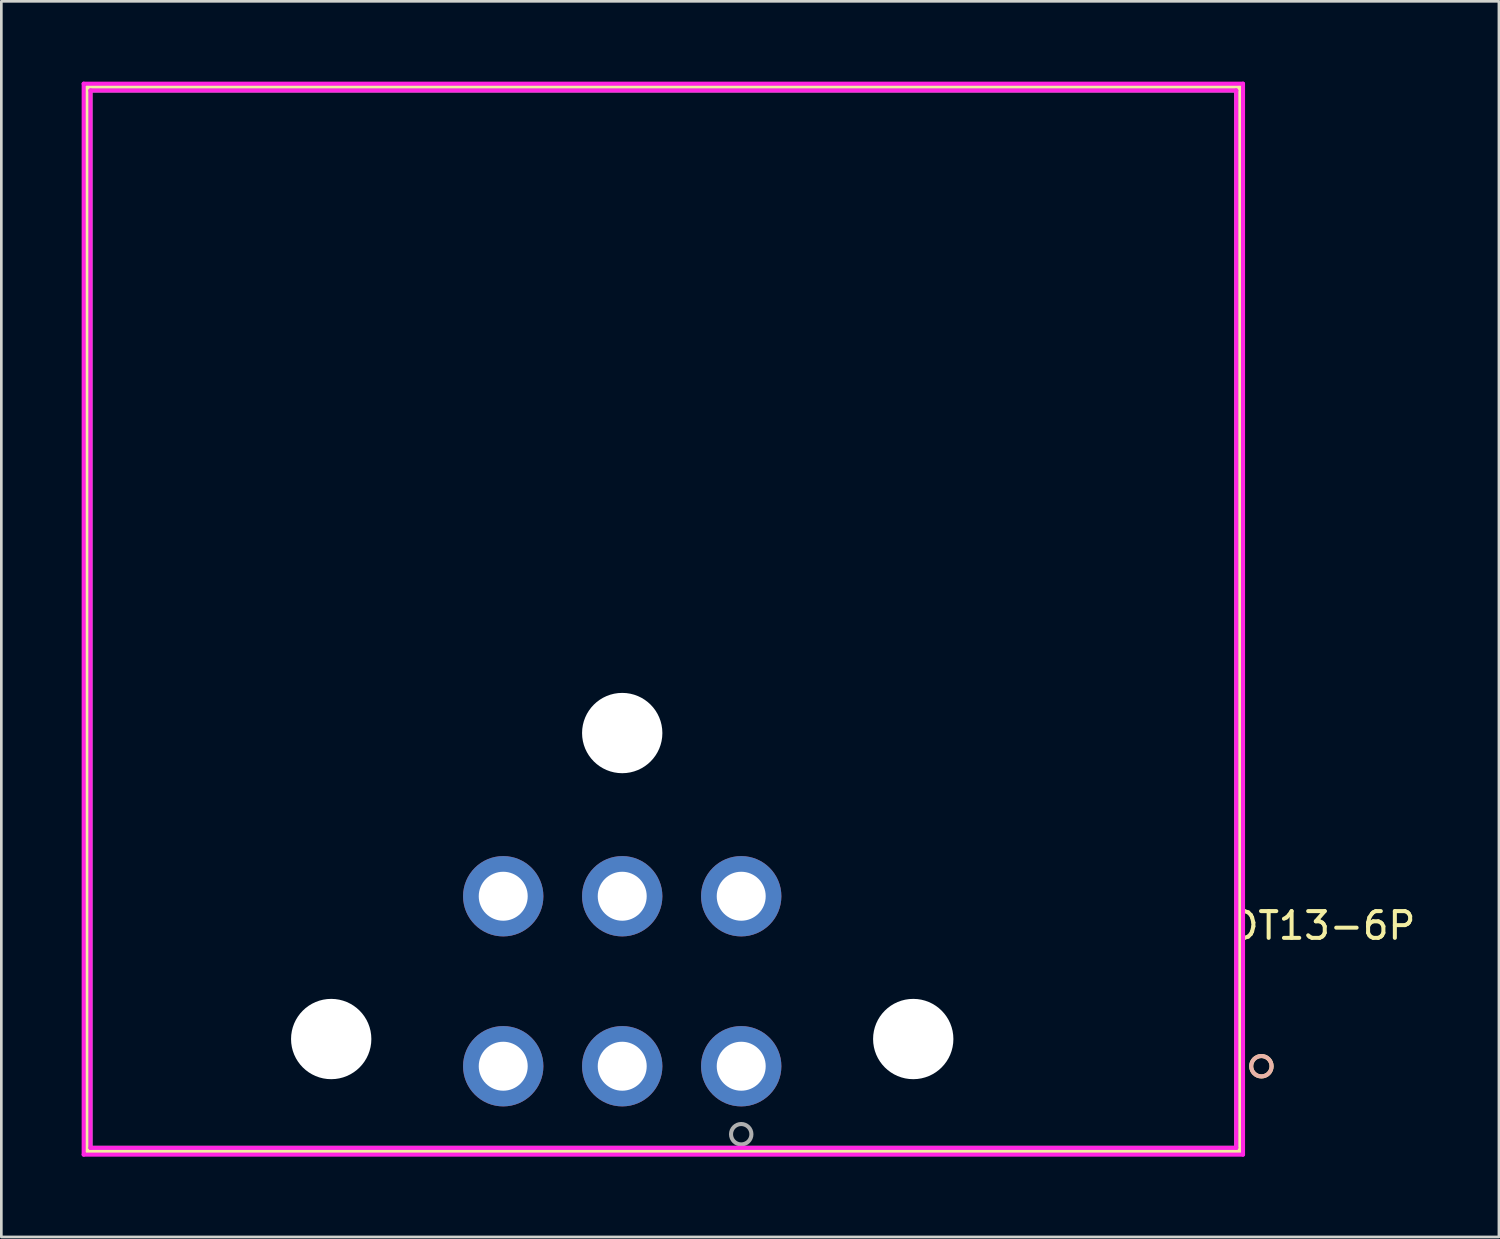
<source format=kicad_pcb>
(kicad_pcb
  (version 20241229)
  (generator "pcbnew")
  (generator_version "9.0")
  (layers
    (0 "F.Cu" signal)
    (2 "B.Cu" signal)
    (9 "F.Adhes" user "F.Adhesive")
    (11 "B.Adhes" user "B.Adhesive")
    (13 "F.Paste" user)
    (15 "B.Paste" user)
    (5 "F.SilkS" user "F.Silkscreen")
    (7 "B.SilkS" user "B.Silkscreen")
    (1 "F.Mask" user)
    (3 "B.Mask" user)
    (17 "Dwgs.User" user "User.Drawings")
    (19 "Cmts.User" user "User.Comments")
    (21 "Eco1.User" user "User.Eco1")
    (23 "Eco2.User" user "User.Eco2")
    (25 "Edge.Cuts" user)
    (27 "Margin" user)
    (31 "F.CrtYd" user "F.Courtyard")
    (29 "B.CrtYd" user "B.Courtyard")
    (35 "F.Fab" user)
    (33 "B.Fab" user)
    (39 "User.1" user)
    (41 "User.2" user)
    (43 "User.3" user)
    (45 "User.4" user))
  (footprint "DT13-6P"
    (layer "F.Cu")
    (at 24.638 36.779)
    (property "Reference" "DT13-6P" (at 21.75 -5.25 0) (layer "F.SilkS") (effects (font (size 1 1) (thickness 0.15))))
    (attr through_hole)
    (fp_line (start -24.435 -36.576) (end -24.435 3.175) (stroke (width 0.152) (type solid)) (layer "F.SilkS"))
    (fp_line (start -24.435 3.175) (end 18.618 3.175) (stroke (width 0.152) (type solid)) (layer "F.SilkS"))
    (fp_line (start 18.618 -36.576) (end -24.435 -36.576) (stroke (width 0.152) (type solid)) (layer "F.SilkS"))
    (fp_line (start 18.618 3.175) (end 18.618 -36.576) (stroke (width 0.152) (type solid)) (layer "F.SilkS"))
    (fp_circle (center 19.431 0) (end 19.812 0) (stroke (width 0.152) (type solid)) (fill no) (layer "F.SilkS"))
    (fp_circle (center 19.431 0) (end 19.812 0) (stroke (width 0.152) (type solid)) (fill no) (layer "B.SilkS"))
    (fp_line (start -24.562 -36.703) (end -24.562 3.302) (stroke (width 0.152) (type solid)) (layer "F.CrtYd"))
    (fp_line (start -24.562 3.302) (end 18.745 3.302) (stroke (width 0.152) (type solid)) (layer "F.CrtYd"))
    (fp_line (start -24.308 -36.449) (end -24.308 3.048) (stroke (width 0.152) (type solid)) (layer "F.CrtYd"))
    (fp_line (start -24.308 3.048) (end 18.491 3.048) (stroke (width 0.152) (type solid)) (layer "F.CrtYd"))
    (fp_line (start 18.491 -36.449) (end -24.308 -36.449) (stroke (width 0.152) (type solid)) (layer "F.CrtYd"))
    (fp_line (start 18.491 3.048) (end 18.491 -36.449) (stroke (width 0.152) (type solid)) (layer "F.CrtYd"))
    (fp_line (start 18.745 -36.703) (end -24.562 -36.703) (stroke (width 0.152) (type solid)) (layer "F.CrtYd"))
    (fp_line (start 18.745 3.302) (end 18.745 -36.703) (stroke (width 0.152) (type solid)) (layer "F.CrtYd"))
    (fp_line (start -24.308 -36.449) (end -24.308 3.048) (stroke (width 0.152) (type solid)) (layer "F.Fab"))
    (fp_line (start -24.308 3.048) (end 18.491 3.048) (stroke (width 0.152) (type solid)) (layer "F.Fab"))
    (fp_line (start 18.491 -36.449) (end -24.308 -36.449) (stroke (width 0.152) (type solid)) (layer "F.Fab"))
    (fp_line (start 18.491 3.048) (end 18.491 -36.449) (stroke (width 0.152) (type solid)) (layer "F.Fab"))
    (fp_circle (center 0 2.54) (end 0.381 2.54) (stroke (width 0.152) (type solid)) (fill no) (layer "F.Fab"))
    (fp_text user "*" (at 0 0 0) (layer "F.Fab") (effects (font (size 1 1) (thickness 0.15))))
    (pad "" np_thru_hole circle (at -15.316 -1.016) (size 3 3) (drill 3) (layers "*.Cu" "*.Mask"))
    (pad "" np_thru_hole circle (at -4.445 -12.446) (size 3 3) (drill 3) (layers "*.Cu" "*.Mask"))
    (pad "" np_thru_hole circle (at 6.426 -1.016) (size 3 3) (drill 3) (layers "*.Cu" "*.Mask"))
    (pad "1" thru_hole circle (at 0 0) (size 3 3) (drill 1.829) (layers "*.Cu" "*.Mask"))
    (pad "2" thru_hole circle (at -4.445 0) (size 3 3) (drill 1.829) (layers "*.Cu" "*.Mask"))
    (pad "3" thru_hole circle (at -8.89 0) (size 3 3) (drill 1.829) (layers "*.Cu" "*.Mask"))
    (pad "4" thru_hole circle (at -8.89 -6.35) (size 3 3) (drill 1.829) (layers "*.Cu" "*.Mask"))
    (pad "5" thru_hole circle (at -4.445 -6.35) (size 3 3) (drill 1.829) (layers "*.Cu" "*.Mask"))
    (pad "6" thru_hole circle (at 0 -6.35) (size 3 3) (drill 1.829) (layers "*.Cu" "*.Mask")))
  (gr_rect
    (start -3 -3)
    (end 52.942 43.157)
    (stroke (width 0.1) (type default))
    (fill no)
    (layer "Edge.Cuts")))
</source>
